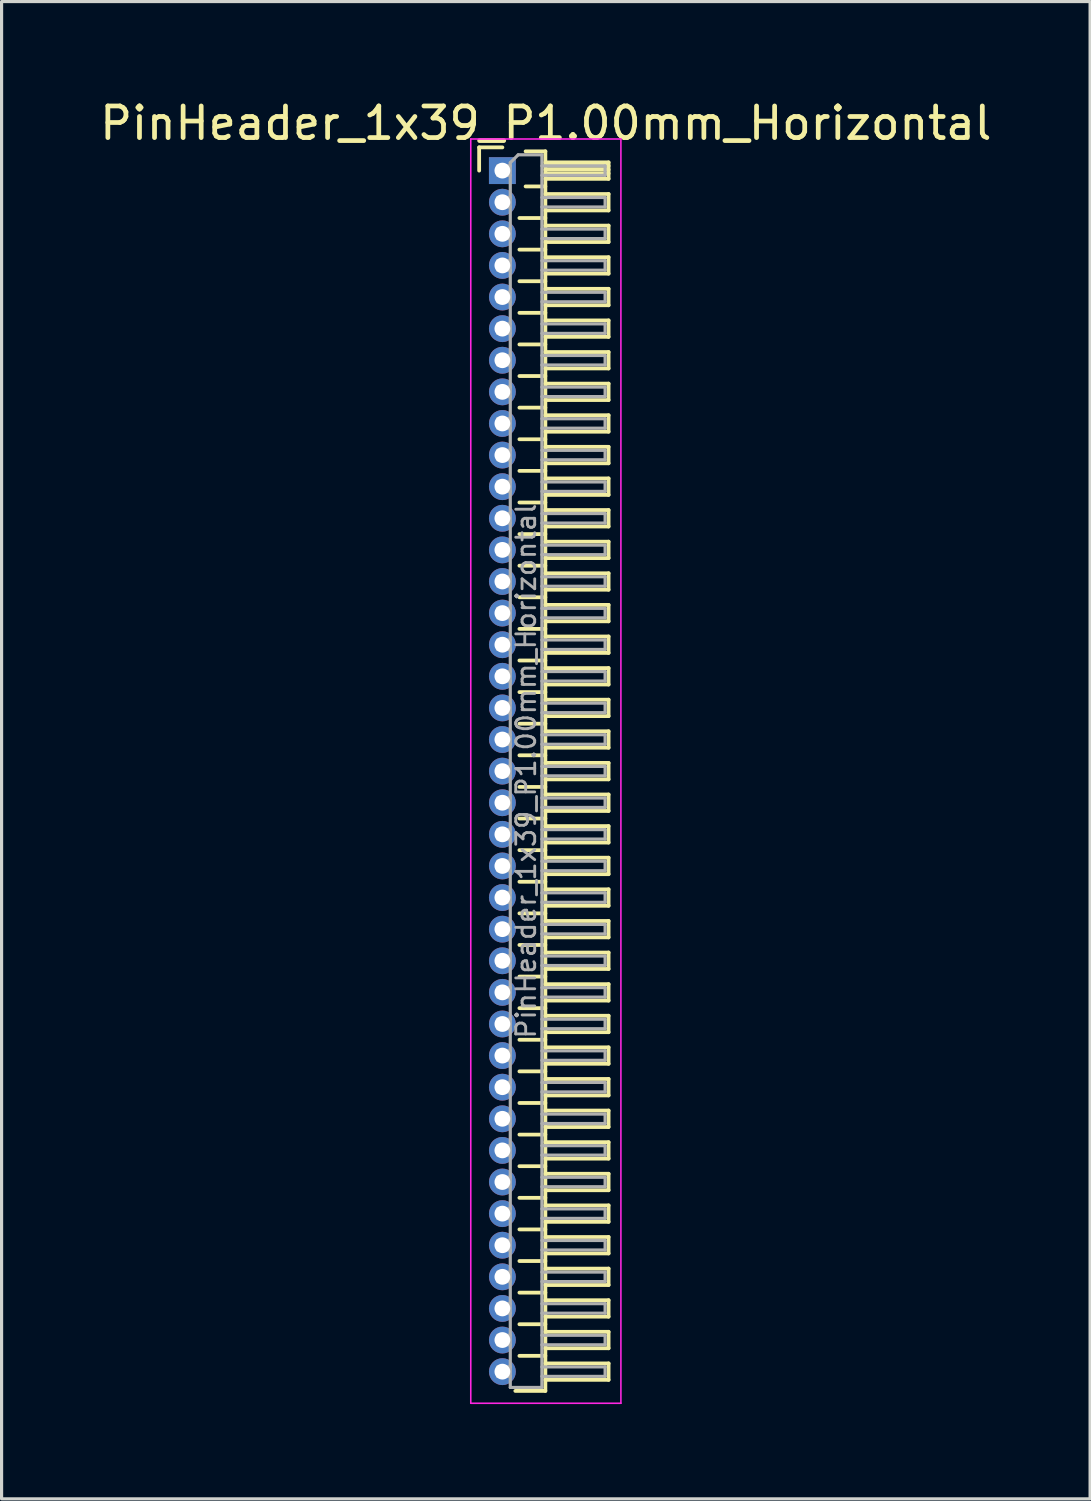
<source format=kicad_pcb>
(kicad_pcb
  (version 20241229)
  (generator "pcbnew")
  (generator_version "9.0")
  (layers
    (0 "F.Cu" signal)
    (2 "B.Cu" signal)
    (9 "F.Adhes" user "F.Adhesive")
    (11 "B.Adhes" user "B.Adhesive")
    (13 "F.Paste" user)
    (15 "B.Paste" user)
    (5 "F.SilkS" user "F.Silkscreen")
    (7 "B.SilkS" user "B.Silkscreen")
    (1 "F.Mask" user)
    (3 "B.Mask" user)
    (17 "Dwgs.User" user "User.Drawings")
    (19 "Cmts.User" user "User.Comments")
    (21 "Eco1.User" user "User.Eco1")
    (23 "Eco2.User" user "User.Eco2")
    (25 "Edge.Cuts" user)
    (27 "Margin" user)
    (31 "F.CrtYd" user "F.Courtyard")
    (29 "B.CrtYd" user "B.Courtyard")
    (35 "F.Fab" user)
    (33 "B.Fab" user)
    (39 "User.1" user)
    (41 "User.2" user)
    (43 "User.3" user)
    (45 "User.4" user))
  (footprint "PinHeader_1x39_P1.00mm_Horizontal"
    (layer "F.Cu")
    (at 12.845 2.348)
    (property "Reference" "PinHeader_1x39_P1.00mm_Horizontal" (at 1.375 -1.5 0) (layer "F.SilkS") (effects (font (size 1 1) (thickness 0.15))))
    (attr through_hole)
    (fp_line (start -0.735 -0.735) (end 0 -0.735) (stroke (width 0.12) (type solid)) (layer "F.SilkS"))
    (fp_line (start -0.735 0) (end -0.735 -0.735) (stroke (width 0.12) (type solid)) (layer "F.SilkS"))
    (fp_line (start 0.539 1.5) (end 1.36 1.5) (stroke (width 0.12) (type solid)) (layer "F.SilkS"))
    (fp_line (start 0.539 2.5) (end 1.36 2.5) (stroke (width 0.12) (type solid)) (layer "F.SilkS"))
    (fp_line (start 0.539 3.5) (end 1.36 3.5) (stroke (width 0.12) (type solid)) (layer "F.SilkS"))
    (fp_line (start 0.539 4.5) (end 1.36 4.5) (stroke (width 0.12) (type solid)) (layer "F.SilkS"))
    (fp_line (start 0.539 5.5) (end 1.36 5.5) (stroke (width 0.12) (type solid)) (layer "F.SilkS"))
    (fp_line (start 0.539 6.5) (end 1.36 6.5) (stroke (width 0.12) (type solid)) (layer "F.SilkS"))
    (fp_line (start 0.539 7.5) (end 1.36 7.5) (stroke (width 0.12) (type solid)) (layer "F.SilkS"))
    (fp_line (start 0.539 8.5) (end 1.36 8.5) (stroke (width 0.12) (type solid)) (layer "F.SilkS"))
    (fp_line (start 0.539 9.5) (end 1.36 9.5) (stroke (width 0.12) (type solid)) (layer "F.SilkS"))
    (fp_line (start 0.539 10.5) (end 1.36 10.5) (stroke (width 0.12) (type solid)) (layer "F.SilkS"))
    (fp_line (start 0.539 11.5) (end 1.36 11.5) (stroke (width 0.12) (type solid)) (layer "F.SilkS"))
    (fp_line (start 0.539 12.5) (end 1.36 12.5) (stroke (width 0.12) (type solid)) (layer "F.SilkS"))
    (fp_line (start 0.539 13.5) (end 1.36 13.5) (stroke (width 0.12) (type solid)) (layer "F.SilkS"))
    (fp_line (start 0.539 14.5) (end 1.36 14.5) (stroke (width 0.12) (type solid)) (layer "F.SilkS"))
    (fp_line (start 0.539 15.5) (end 1.36 15.5) (stroke (width 0.12) (type solid)) (layer "F.SilkS"))
    (fp_line (start 0.539 16.5) (end 1.36 16.5) (stroke (width 0.12) (type solid)) (layer "F.SilkS"))
    (fp_line (start 0.539 17.5) (end 1.36 17.5) (stroke (width 0.12) (type solid)) (layer "F.SilkS"))
    (fp_line (start 0.539 18.5) (end 1.36 18.5) (stroke (width 0.12) (type solid)) (layer "F.SilkS"))
    (fp_line (start 0.539 19.5) (end 1.36 19.5) (stroke (width 0.12) (type solid)) (layer "F.SilkS"))
    (fp_line (start 0.539 20.5) (end 1.36 20.5) (stroke (width 0.12) (type solid)) (layer "F.SilkS"))
    (fp_line (start 0.539 21.5) (end 1.36 21.5) (stroke (width 0.12) (type solid)) (layer "F.SilkS"))
    (fp_line (start 0.539 22.5) (end 1.36 22.5) (stroke (width 0.12) (type solid)) (layer "F.SilkS"))
    (fp_line (start 0.539 23.5) (end 1.36 23.5) (stroke (width 0.12) (type solid)) (layer "F.SilkS"))
    (fp_line (start 0.539 24.5) (end 1.36 24.5) (stroke (width 0.12) (type solid)) (layer "F.SilkS"))
    (fp_line (start 0.539 25.5) (end 1.36 25.5) (stroke (width 0.12) (type solid)) (layer "F.SilkS"))
    (fp_line (start 0.539 26.5) (end 1.36 26.5) (stroke (width 0.12) (type solid)) (layer "F.SilkS"))
    (fp_line (start 0.539 27.5) (end 1.36 27.5) (stroke (width 0.12) (type solid)) (layer "F.SilkS"))
    (fp_line (start 0.539 28.5) (end 1.36 28.5) (stroke (width 0.12) (type solid)) (layer "F.SilkS"))
    (fp_line (start 0.539 29.5) (end 1.36 29.5) (stroke (width 0.12) (type solid)) (layer "F.SilkS"))
    (fp_line (start 0.539 30.5) (end 1.36 30.5) (stroke (width 0.12) (type solid)) (layer "F.SilkS"))
    (fp_line (start 0.539 31.5) (end 1.36 31.5) (stroke (width 0.12) (type solid)) (layer "F.SilkS"))
    (fp_line (start 0.539 32.5) (end 1.36 32.5) (stroke (width 0.12) (type solid)) (layer "F.SilkS"))
    (fp_line (start 0.539 33.5) (end 1.36 33.5) (stroke (width 0.12) (type solid)) (layer "F.SilkS"))
    (fp_line (start 0.539 34.5) (end 1.36 34.5) (stroke (width 0.12) (type solid)) (layer "F.SilkS"))
    (fp_line (start 0.539 35.5) (end 1.36 35.5) (stroke (width 0.12) (type solid)) (layer "F.SilkS"))
    (fp_line (start 0.539 36.5) (end 1.36 36.5) (stroke (width 0.12) (type solid)) (layer "F.SilkS"))
    (fp_line (start 0.539 37.5) (end 1.36 37.5) (stroke (width 0.12) (type solid)) (layer "F.SilkS"))
    (fp_line (start 0.735 -0.61) (end 1.36 -0.61) (stroke (width 0.12) (type solid)) (layer "F.SilkS"))
    (fp_line (start 0.735 0.5) (end 1.36 0.5) (stroke (width 0.12) (type solid)) (layer "F.SilkS"))
    (fp_line (start 1.36 -0.61) (end 1.36 38.61) (stroke (width 0.12) (type solid)) (layer "F.SilkS"))
    (fp_line (start 1.36 -0.26) (end 3.36 -0.26) (stroke (width 0.12) (type solid)) (layer "F.SilkS"))
    (fp_line (start 1.36 -0.15) (end 3.36 -0.15) (stroke (width 0.12) (type solid)) (layer "F.SilkS"))
    (fp_line (start 1.36 -0.03) (end 3.36 -0.03) (stroke (width 0.12) (type solid)) (layer "F.SilkS"))
    (fp_line (start 1.36 0.09) (end 3.36 0.09) (stroke (width 0.12) (type solid)) (layer "F.SilkS"))
    (fp_line (start 1.36 0.74) (end 3.36 0.74) (stroke (width 0.12) (type solid)) (layer "F.SilkS"))
    (fp_line (start 1.36 1.74) (end 3.36 1.74) (stroke (width 0.12) (type solid)) (layer "F.SilkS"))
    (fp_line (start 1.36 2.74) (end 3.36 2.74) (stroke (width 0.12) (type solid)) (layer "F.SilkS"))
    (fp_line (start 1.36 3.74) (end 3.36 3.74) (stroke (width 0.12) (type solid)) (layer "F.SilkS"))
    (fp_line (start 1.36 4.74) (end 3.36 4.74) (stroke (width 0.12) (type solid)) (layer "F.SilkS"))
    (fp_line (start 1.36 5.74) (end 3.36 5.74) (stroke (width 0.12) (type solid)) (layer "F.SilkS"))
    (fp_line (start 1.36 6.74) (end 3.36 6.74) (stroke (width 0.12) (type solid)) (layer "F.SilkS"))
    (fp_line (start 1.36 7.74) (end 3.36 7.74) (stroke (width 0.12) (type solid)) (layer "F.SilkS"))
    (fp_line (start 1.36 8.74) (end 3.36 8.74) (stroke (width 0.12) (type solid)) (layer "F.SilkS"))
    (fp_line (start 1.36 9.74) (end 3.36 9.74) (stroke (width 0.12) (type solid)) (layer "F.SilkS"))
    (fp_line (start 1.36 10.74) (end 3.36 10.74) (stroke (width 0.12) (type solid)) (layer "F.SilkS"))
    (fp_line (start 1.36 11.74) (end 3.36 11.74) (stroke (width 0.12) (type solid)) (layer "F.SilkS"))
    (fp_line (start 1.36 12.74) (end 3.36 12.74) (stroke (width 0.12) (type solid)) (layer "F.SilkS"))
    (fp_line (start 1.36 13.74) (end 3.36 13.74) (stroke (width 0.12) (type solid)) (layer "F.SilkS"))
    (fp_line (start 1.36 14.74) (end 3.36 14.74) (stroke (width 0.12) (type solid)) (layer "F.SilkS"))
    (fp_line (start 1.36 15.74) (end 3.36 15.74) (stroke (width 0.12) (type solid)) (layer "F.SilkS"))
    (fp_line (start 1.36 16.74) (end 3.36 16.74) (stroke (width 0.12) (type solid)) (layer "F.SilkS"))
    (fp_line (start 1.36 17.74) (end 3.36 17.74) (stroke (width 0.12) (type solid)) (layer "F.SilkS"))
    (fp_line (start 1.36 18.74) (end 3.36 18.74) (stroke (width 0.12) (type solid)) (layer "F.SilkS"))
    (fp_line (start 1.36 19.74) (end 3.36 19.74) (stroke (width 0.12) (type solid)) (layer "F.SilkS"))
    (fp_line (start 1.36 20.74) (end 3.36 20.74) (stroke (width 0.12) (type solid)) (layer "F.SilkS"))
    (fp_line (start 1.36 21.74) (end 3.36 21.74) (stroke (width 0.12) (type solid)) (layer "F.SilkS"))
    (fp_line (start 1.36 22.74) (end 3.36 22.74) (stroke (width 0.12) (type solid)) (layer "F.SilkS"))
    (fp_line (start 1.36 23.74) (end 3.36 23.74) (stroke (width 0.12) (type solid)) (layer "F.SilkS"))
    (fp_line (start 1.36 24.74) (end 3.36 24.74) (stroke (width 0.12) (type solid)) (layer "F.SilkS"))
    (fp_line (start 1.36 25.74) (end 3.36 25.74) (stroke (width 0.12) (type solid)) (layer "F.SilkS"))
    (fp_line (start 1.36 26.74) (end 3.36 26.74) (stroke (width 0.12) (type solid)) (layer "F.SilkS"))
    (fp_line (start 1.36 27.74) (end 3.36 27.74) (stroke (width 0.12) (type solid)) (layer "F.SilkS"))
    (fp_line (start 1.36 28.74) (end 3.36 28.74) (stroke (width 0.12) (type solid)) (layer "F.SilkS"))
    (fp_line (start 1.36 29.74) (end 3.36 29.74) (stroke (width 0.12) (type solid)) (layer "F.SilkS"))
    (fp_line (start 1.36 30.74) (end 3.36 30.74) (stroke (width 0.12) (type solid)) (layer "F.SilkS"))
    (fp_line (start 1.36 31.74) (end 3.36 31.74) (stroke (width 0.12) (type solid)) (layer "F.SilkS"))
    (fp_line (start 1.36 32.74) (end 3.36 32.74) (stroke (width 0.12) (type solid)) (layer "F.SilkS"))
    (fp_line (start 1.36 33.74) (end 3.36 33.74) (stroke (width 0.12) (type solid)) (layer "F.SilkS"))
    (fp_line (start 1.36 34.74) (end 3.36 34.74) (stroke (width 0.12) (type solid)) (layer "F.SilkS"))
    (fp_line (start 1.36 35.74) (end 3.36 35.74) (stroke (width 0.12) (type solid)) (layer "F.SilkS"))
    (fp_line (start 1.36 36.74) (end 3.36 36.74) (stroke (width 0.12) (type solid)) (layer "F.SilkS"))
    (fp_line (start 1.36 37.74) (end 3.36 37.74) (stroke (width 0.12) (type solid)) (layer "F.SilkS"))
    (fp_line (start 1.36 38.61) (end 0.41 38.61) (stroke (width 0.12) (type solid)) (layer "F.SilkS"))
    (fp_line (start 3.36 -0.26) (end 3.36 0.26) (stroke (width 0.12) (type solid)) (layer "F.SilkS"))
    (fp_line (start 3.36 0.26) (end 1.36 0.26) (stroke (width 0.12) (type solid)) (layer "F.SilkS"))
    (fp_line (start 3.36 0.74) (end 3.36 1.26) (stroke (width 0.12) (type solid)) (layer "F.SilkS"))
    (fp_line (start 3.36 1.26) (end 1.36 1.26) (stroke (width 0.12) (type solid)) (layer "F.SilkS"))
    (fp_line (start 3.36 1.74) (end 3.36 2.26) (stroke (width 0.12) (type solid)) (layer "F.SilkS"))
    (fp_line (start 3.36 2.26) (end 1.36 2.26) (stroke (width 0.12) (type solid)) (layer "F.SilkS"))
    (fp_line (start 3.36 2.74) (end 3.36 3.26) (stroke (width 0.12) (type solid)) (layer "F.SilkS"))
    (fp_line (start 3.36 3.26) (end 1.36 3.26) (stroke (width 0.12) (type solid)) (layer "F.SilkS"))
    (fp_line (start 3.36 3.74) (end 3.36 4.26) (stroke (width 0.12) (type solid)) (layer "F.SilkS"))
    (fp_line (start 3.36 4.26) (end 1.36 4.26) (stroke (width 0.12) (type solid)) (layer "F.SilkS"))
    (fp_line (start 3.36 4.74) (end 3.36 5.26) (stroke (width 0.12) (type solid)) (layer "F.SilkS"))
    (fp_line (start 3.36 5.26) (end 1.36 5.26) (stroke (width 0.12) (type solid)) (layer "F.SilkS"))
    (fp_line (start 3.36 5.74) (end 3.36 6.26) (stroke (width 0.12) (type solid)) (layer "F.SilkS"))
    (fp_line (start 3.36 6.26) (end 1.36 6.26) (stroke (width 0.12) (type solid)) (layer "F.SilkS"))
    (fp_line (start 3.36 6.74) (end 3.36 7.26) (stroke (width 0.12) (type solid)) (layer "F.SilkS"))
    (fp_line (start 3.36 7.26) (end 1.36 7.26) (stroke (width 0.12) (type solid)) (layer "F.SilkS"))
    (fp_line (start 3.36 7.74) (end 3.36 8.26) (stroke (width 0.12) (type solid)) (layer "F.SilkS"))
    (fp_line (start 3.36 8.26) (end 1.36 8.26) (stroke (width 0.12) (type solid)) (layer "F.SilkS"))
    (fp_line (start 3.36 8.74) (end 3.36 9.26) (stroke (width 0.12) (type solid)) (layer "F.SilkS"))
    (fp_line (start 3.36 9.26) (end 1.36 9.26) (stroke (width 0.12) (type solid)) (layer "F.SilkS"))
    (fp_line (start 3.36 9.74) (end 3.36 10.26) (stroke (width 0.12) (type solid)) (layer "F.SilkS"))
    (fp_line (start 3.36 10.26) (end 1.36 10.26) (stroke (width 0.12) (type solid)) (layer "F.SilkS"))
    (fp_line (start 3.36 10.74) (end 3.36 11.26) (stroke (width 0.12) (type solid)) (layer "F.SilkS"))
    (fp_line (start 3.36 11.26) (end 1.36 11.26) (stroke (width 0.12) (type solid)) (layer "F.SilkS"))
    (fp_line (start 3.36 11.74) (end 3.36 12.26) (stroke (width 0.12) (type solid)) (layer "F.SilkS"))
    (fp_line (start 3.36 12.26) (end 1.36 12.26) (stroke (width 0.12) (type solid)) (layer "F.SilkS"))
    (fp_line (start 3.36 12.74) (end 3.36 13.26) (stroke (width 0.12) (type solid)) (layer "F.SilkS"))
    (fp_line (start 3.36 13.26) (end 1.36 13.26) (stroke (width 0.12) (type solid)) (layer "F.SilkS"))
    (fp_line (start 3.36 13.74) (end 3.36 14.26) (stroke (width 0.12) (type solid)) (layer "F.SilkS"))
    (fp_line (start 3.36 14.26) (end 1.36 14.26) (stroke (width 0.12) (type solid)) (layer "F.SilkS"))
    (fp_line (start 3.36 14.74) (end 3.36 15.26) (stroke (width 0.12) (type solid)) (layer "F.SilkS"))
    (fp_line (start 3.36 15.26) (end 1.36 15.26) (stroke (width 0.12) (type solid)) (layer "F.SilkS"))
    (fp_line (start 3.36 15.74) (end 3.36 16.26) (stroke (width 0.12) (type solid)) (layer "F.SilkS"))
    (fp_line (start 3.36 16.26) (end 1.36 16.26) (stroke (width 0.12) (type solid)) (layer "F.SilkS"))
    (fp_line (start 3.36 16.74) (end 3.36 17.26) (stroke (width 0.12) (type solid)) (layer "F.SilkS"))
    (fp_line (start 3.36 17.26) (end 1.36 17.26) (stroke (width 0.12) (type solid)) (layer "F.SilkS"))
    (fp_line (start 3.36 17.74) (end 3.36 18.26) (stroke (width 0.12) (type solid)) (layer "F.SilkS"))
    (fp_line (start 3.36 18.26) (end 1.36 18.26) (stroke (width 0.12) (type solid)) (layer "F.SilkS"))
    (fp_line (start 3.36 18.74) (end 3.36 19.26) (stroke (width 0.12) (type solid)) (layer "F.SilkS"))
    (fp_line (start 3.36 19.26) (end 1.36 19.26) (stroke (width 0.12) (type solid)) (layer "F.SilkS"))
    (fp_line (start 3.36 19.74) (end 3.36 20.26) (stroke (width 0.12) (type solid)) (layer "F.SilkS"))
    (fp_line (start 3.36 20.26) (end 1.36 20.26) (stroke (width 0.12) (type solid)) (layer "F.SilkS"))
    (fp_line (start 3.36 20.74) (end 3.36 21.26) (stroke (width 0.12) (type solid)) (layer "F.SilkS"))
    (fp_line (start 3.36 21.26) (end 1.36 21.26) (stroke (width 0.12) (type solid)) (layer "F.SilkS"))
    (fp_line (start 3.36 21.74) (end 3.36 22.26) (stroke (width 0.12) (type solid)) (layer "F.SilkS"))
    (fp_line (start 3.36 22.26) (end 1.36 22.26) (stroke (width 0.12) (type solid)) (layer "F.SilkS"))
    (fp_line (start 3.36 22.74) (end 3.36 23.26) (stroke (width 0.12) (type solid)) (layer "F.SilkS"))
    (fp_line (start 3.36 23.26) (end 1.36 23.26) (stroke (width 0.12) (type solid)) (layer "F.SilkS"))
    (fp_line (start 3.36 23.74) (end 3.36 24.26) (stroke (width 0.12) (type solid)) (layer "F.SilkS"))
    (fp_line (start 3.36 24.26) (end 1.36 24.26) (stroke (width 0.12) (type solid)) (layer "F.SilkS"))
    (fp_line (start 3.36 24.74) (end 3.36 25.26) (stroke (width 0.12) (type solid)) (layer "F.SilkS"))
    (fp_line (start 3.36 25.26) (end 1.36 25.26) (stroke (width 0.12) (type solid)) (layer "F.SilkS"))
    (fp_line (start 3.36 25.74) (end 3.36 26.26) (stroke (width 0.12) (type solid)) (layer "F.SilkS"))
    (fp_line (start 3.36 26.26) (end 1.36 26.26) (stroke (width 0.12) (type solid)) (layer "F.SilkS"))
    (fp_line (start 3.36 26.74) (end 3.36 27.26) (stroke (width 0.12) (type solid)) (layer "F.SilkS"))
    (fp_line (start 3.36 27.26) (end 1.36 27.26) (stroke (width 0.12) (type solid)) (layer "F.SilkS"))
    (fp_line (start 3.36 27.74) (end 3.36 28.26) (stroke (width 0.12) (type solid)) (layer "F.SilkS"))
    (fp_line (start 3.36 28.26) (end 1.36 28.26) (stroke (width 0.12) (type solid)) (layer "F.SilkS"))
    (fp_line (start 3.36 28.74) (end 3.36 29.26) (stroke (width 0.12) (type solid)) (layer "F.SilkS"))
    (fp_line (start 3.36 29.26) (end 1.36 29.26) (stroke (width 0.12) (type solid)) (layer "F.SilkS"))
    (fp_line (start 3.36 29.74) (end 3.36 30.26) (stroke (width 0.12) (type solid)) (layer "F.SilkS"))
    (fp_line (start 3.36 30.26) (end 1.36 30.26) (stroke (width 0.12) (type solid)) (layer "F.SilkS"))
    (fp_line (start 3.36 30.74) (end 3.36 31.26) (stroke (width 0.12) (type solid)) (layer "F.SilkS"))
    (fp_line (start 3.36 31.26) (end 1.36 31.26) (stroke (width 0.12) (type solid)) (layer "F.SilkS"))
    (fp_line (start 3.36 31.74) (end 3.36 32.26) (stroke (width 0.12) (type solid)) (layer "F.SilkS"))
    (fp_line (start 3.36 32.26) (end 1.36 32.26) (stroke (width 0.12) (type solid)) (layer "F.SilkS"))
    (fp_line (start 3.36 32.74) (end 3.36 33.26) (stroke (width 0.12) (type solid)) (layer "F.SilkS"))
    (fp_line (start 3.36 33.26) (end 1.36 33.26) (stroke (width 0.12) (type solid)) (layer "F.SilkS"))
    (fp_line (start 3.36 33.74) (end 3.36 34.26) (stroke (width 0.12) (type solid)) (layer "F.SilkS"))
    (fp_line (start 3.36 34.26) (end 1.36 34.26) (stroke (width 0.12) (type solid)) (layer "F.SilkS"))
    (fp_line (start 3.36 34.74) (end 3.36 35.26) (stroke (width 0.12) (type solid)) (layer "F.SilkS"))
    (fp_line (start 3.36 35.26) (end 1.36 35.26) (stroke (width 0.12) (type solid)) (layer "F.SilkS"))
    (fp_line (start 3.36 35.74) (end 3.36 36.26) (stroke (width 0.12) (type solid)) (layer "F.SilkS"))
    (fp_line (start 3.36 36.26) (end 1.36 36.26) (stroke (width 0.12) (type solid)) (layer "F.SilkS"))
    (fp_line (start 3.36 36.74) (end 3.36 37.26) (stroke (width 0.12) (type solid)) (layer "F.SilkS"))
    (fp_line (start 3.36 37.26) (end 1.36 37.26) (stroke (width 0.12) (type solid)) (layer "F.SilkS"))
    (fp_line (start 3.36 37.74) (end 3.36 38.26) (stroke (width 0.12) (type solid)) (layer "F.SilkS"))
    (fp_line (start 3.36 38.26) (end 1.36 38.26) (stroke (width 0.12) (type solid)) (layer "F.SilkS"))
    (fp_line (start -1 -1) (end -1 39) (stroke (width 0.05) (type solid)) (layer "F.CrtYd"))
    (fp_line (start -1 39) (end 3.75 39) (stroke (width 0.05) (type solid)) (layer "F.CrtYd"))
    (fp_line (start 3.75 -1) (end -1 -1) (stroke (width 0.05) (type solid)) (layer "F.CrtYd"))
    (fp_line (start 3.75 39) (end 3.75 -1) (stroke (width 0.05) (type solid)) (layer "F.CrtYd"))
    (fp_line (start -0.15 -0.15) (end -0.15 0.15) (stroke (width 0.1) (type solid)) (layer "F.Fab"))
    (fp_line (start -0.15 -0.15) (end 0.25 -0.15) (stroke (width 0.1) (type solid)) (layer "F.Fab"))
    (fp_line (start -0.15 0.15) (end 0.25 0.15) (stroke (width 0.1) (type solid)) (layer "F.Fab"))
    (fp_line (start -0.15 0.85) (end -0.15 1.15) (stroke (width 0.1) (type solid)) (layer "F.Fab"))
    (fp_line (start -0.15 0.85) (end 0.25 0.85) (stroke (width 0.1) (type solid)) (layer "F.Fab"))
    (fp_line (start -0.15 1.15) (end 0.25 1.15) (stroke (width 0.1) (type solid)) (layer "F.Fab"))
    (fp_line (start -0.15 1.85) (end -0.15 2.15) (stroke (width 0.1) (type solid)) (layer "F.Fab"))
    (fp_line (start -0.15 1.85) (end 0.25 1.85) (stroke (width 0.1) (type solid)) (layer "F.Fab"))
    (fp_line (start -0.15 2.15) (end 0.25 2.15) (stroke (width 0.1) (type solid)) (layer "F.Fab"))
    (fp_line (start -0.15 2.85) (end -0.15 3.15) (stroke (width 0.1) (type solid)) (layer "F.Fab"))
    (fp_line (start -0.15 2.85) (end 0.25 2.85) (stroke (width 0.1) (type solid)) (layer "F.Fab"))
    (fp_line (start -0.15 3.15) (end 0.25 3.15) (stroke (width 0.1) (type solid)) (layer "F.Fab"))
    (fp_line (start -0.15 3.85) (end -0.15 4.15) (stroke (width 0.1) (type solid)) (layer "F.Fab"))
    (fp_line (start -0.15 3.85) (end 0.25 3.85) (stroke (width 0.1) (type solid)) (layer "F.Fab"))
    (fp_line (start -0.15 4.15) (end 0.25 4.15) (stroke (width 0.1) (type solid)) (layer "F.Fab"))
    (fp_line (start -0.15 4.85) (end -0.15 5.15) (stroke (width 0.1) (type solid)) (layer "F.Fab"))
    (fp_line (start -0.15 4.85) (end 0.25 4.85) (stroke (width 0.1) (type solid)) (layer "F.Fab"))
    (fp_line (start -0.15 5.15) (end 0.25 5.15) (stroke (width 0.1) (type solid)) (layer "F.Fab"))
    (fp_line (start -0.15 5.85) (end -0.15 6.15) (stroke (width 0.1) (type solid)) (layer "F.Fab"))
    (fp_line (start -0.15 5.85) (end 0.25 5.85) (stroke (width 0.1) (type solid)) (layer "F.Fab"))
    (fp_line (start -0.15 6.15) (end 0.25 6.15) (stroke (width 0.1) (type solid)) (layer "F.Fab"))
    (fp_line (start -0.15 6.85) (end -0.15 7.15) (stroke (width 0.1) (type solid)) (layer "F.Fab"))
    (fp_line (start -0.15 6.85) (end 0.25 6.85) (stroke (width 0.1) (type solid)) (layer "F.Fab"))
    (fp_line (start -0.15 7.15) (end 0.25 7.15) (stroke (width 0.1) (type solid)) (layer "F.Fab"))
    (fp_line (start -0.15 7.85) (end -0.15 8.15) (stroke (width 0.1) (type solid)) (layer "F.Fab"))
    (fp_line (start -0.15 7.85) (end 0.25 7.85) (stroke (width 0.1) (type solid)) (layer "F.Fab"))
    (fp_line (start -0.15 8.15) (end 0.25 8.15) (stroke (width 0.1) (type solid)) (layer "F.Fab"))
    (fp_line (start -0.15 8.85) (end -0.15 9.15) (stroke (width 0.1) (type solid)) (layer "F.Fab"))
    (fp_line (start -0.15 8.85) (end 0.25 8.85) (stroke (width 0.1) (type solid)) (layer "F.Fab"))
    (fp_line (start -0.15 9.15) (end 0.25 9.15) (stroke (width 0.1) (type solid)) (layer "F.Fab"))
    (fp_line (start -0.15 9.85) (end -0.15 10.15) (stroke (width 0.1) (type solid)) (layer "F.Fab"))
    (fp_line (start -0.15 9.85) (end 0.25 9.85) (stroke (width 0.1) (type solid)) (layer "F.Fab"))
    (fp_line (start -0.15 10.15) (end 0.25 10.15) (stroke (width 0.1) (type solid)) (layer "F.Fab"))
    (fp_line (start -0.15 10.85) (end -0.15 11.15) (stroke (width 0.1) (type solid)) (layer "F.Fab"))
    (fp_line (start -0.15 10.85) (end 0.25 10.85) (stroke (width 0.1) (type solid)) (layer "F.Fab"))
    (fp_line (start -0.15 11.15) (end 0.25 11.15) (stroke (width 0.1) (type solid)) (layer "F.Fab"))
    (fp_line (start -0.15 11.85) (end -0.15 12.15) (stroke (width 0.1) (type solid)) (layer "F.Fab"))
    (fp_line (start -0.15 11.85) (end 0.25 11.85) (stroke (width 0.1) (type solid)) (layer "F.Fab"))
    (fp_line (start -0.15 12.15) (end 0.25 12.15) (stroke (width 0.1) (type solid)) (layer "F.Fab"))
    (fp_line (start -0.15 12.85) (end -0.15 13.15) (stroke (width 0.1) (type solid)) (layer "F.Fab"))
    (fp_line (start -0.15 12.85) (end 0.25 12.85) (stroke (width 0.1) (type solid)) (layer "F.Fab"))
    (fp_line (start -0.15 13.15) (end 0.25 13.15) (stroke (width 0.1) (type solid)) (layer "F.Fab"))
    (fp_line (start -0.15 13.85) (end -0.15 14.15) (stroke (width 0.1) (type solid)) (layer "F.Fab"))
    (fp_line (start -0.15 13.85) (end 0.25 13.85) (stroke (width 0.1) (type solid)) (layer "F.Fab"))
    (fp_line (start -0.15 14.15) (end 0.25 14.15) (stroke (width 0.1) (type solid)) (layer "F.Fab"))
    (fp_line (start -0.15 14.85) (end -0.15 15.15) (stroke (width 0.1) (type solid)) (layer "F.Fab"))
    (fp_line (start -0.15 14.85) (end 0.25 14.85) (stroke (width 0.1) (type solid)) (layer "F.Fab"))
    (fp_line (start -0.15 15.15) (end 0.25 15.15) (stroke (width 0.1) (type solid)) (layer "F.Fab"))
    (fp_line (start -0.15 15.85) (end -0.15 16.15) (stroke (width 0.1) (type solid)) (layer "F.Fab"))
    (fp_line (start -0.15 15.85) (end 0.25 15.85) (stroke (width 0.1) (type solid)) (layer "F.Fab"))
    (fp_line (start -0.15 16.15) (end 0.25 16.15) (stroke (width 0.1) (type solid)) (layer "F.Fab"))
    (fp_line (start -0.15 16.85) (end -0.15 17.15) (stroke (width 0.1) (type solid)) (layer "F.Fab"))
    (fp_line (start -0.15 16.85) (end 0.25 16.85) (stroke (width 0.1) (type solid)) (layer "F.Fab"))
    (fp_line (start -0.15 17.15) (end 0.25 17.15) (stroke (width 0.1) (type solid)) (layer "F.Fab"))
    (fp_line (start -0.15 17.85) (end -0.15 18.15) (stroke (width 0.1) (type solid)) (layer "F.Fab"))
    (fp_line (start -0.15 17.85) (end 0.25 17.85) (stroke (width 0.1) (type solid)) (layer "F.Fab"))
    (fp_line (start -0.15 18.15) (end 0.25 18.15) (stroke (width 0.1) (type solid)) (layer "F.Fab"))
    (fp_line (start -0.15 18.85) (end -0.15 19.15) (stroke (width 0.1) (type solid)) (layer "F.Fab"))
    (fp_line (start -0.15 18.85) (end 0.25 18.85) (stroke (width 0.1) (type solid)) (layer "F.Fab"))
    (fp_line (start -0.15 19.15) (end 0.25 19.15) (stroke (width 0.1) (type solid)) (layer "F.Fab"))
    (fp_line (start -0.15 19.85) (end -0.15 20.15) (stroke (width 0.1) (type solid)) (layer "F.Fab"))
    (fp_line (start -0.15 19.85) (end 0.25 19.85) (stroke (width 0.1) (type solid)) (layer "F.Fab"))
    (fp_line (start -0.15 20.15) (end 0.25 20.15) (stroke (width 0.1) (type solid)) (layer "F.Fab"))
    (fp_line (start -0.15 20.85) (end -0.15 21.15) (stroke (width 0.1) (type solid)) (layer "F.Fab"))
    (fp_line (start -0.15 20.85) (end 0.25 20.85) (stroke (width 0.1) (type solid)) (layer "F.Fab"))
    (fp_line (start -0.15 21.15) (end 0.25 21.15) (stroke (width 0.1) (type solid)) (layer "F.Fab"))
    (fp_line (start -0.15 21.85) (end -0.15 22.15) (stroke (width 0.1) (type solid)) (layer "F.Fab"))
    (fp_line (start -0.15 21.85) (end 0.25 21.85) (stroke (width 0.1) (type solid)) (layer "F.Fab"))
    (fp_line (start -0.15 22.15) (end 0.25 22.15) (stroke (width 0.1) (type solid)) (layer "F.Fab"))
    (fp_line (start -0.15 22.85) (end -0.15 23.15) (stroke (width 0.1) (type solid)) (layer "F.Fab"))
    (fp_line (start -0.15 22.85) (end 0.25 22.85) (stroke (width 0.1) (type solid)) (layer "F.Fab"))
    (fp_line (start -0.15 23.15) (end 0.25 23.15) (stroke (width 0.1) (type solid)) (layer "F.Fab"))
    (fp_line (start -0.15 23.85) (end -0.15 24.15) (stroke (width 0.1) (type solid)) (layer "F.Fab"))
    (fp_line (start -0.15 23.85) (end 0.25 23.85) (stroke (width 0.1) (type solid)) (layer "F.Fab"))
    (fp_line (start -0.15 24.15) (end 0.25 24.15) (stroke (width 0.1) (type solid)) (layer "F.Fab"))
    (fp_line (start -0.15 24.85) (end -0.15 25.15) (stroke (width 0.1) (type solid)) (layer "F.Fab"))
    (fp_line (start -0.15 24.85) (end 0.25 24.85) (stroke (width 0.1) (type solid)) (layer "F.Fab"))
    (fp_line (start -0.15 25.15) (end 0.25 25.15) (stroke (width 0.1) (type solid)) (layer "F.Fab"))
    (fp_line (start -0.15 25.85) (end -0.15 26.15) (stroke (width 0.1) (type solid)) (layer "F.Fab"))
    (fp_line (start -0.15 25.85) (end 0.25 25.85) (stroke (width 0.1) (type solid)) (layer "F.Fab"))
    (fp_line (start -0.15 26.15) (end 0.25 26.15) (stroke (width 0.1) (type solid)) (layer "F.Fab"))
    (fp_line (start -0.15 26.85) (end -0.15 27.15) (stroke (width 0.1) (type solid)) (layer "F.Fab"))
    (fp_line (start -0.15 26.85) (end 0.25 26.85) (stroke (width 0.1) (type solid)) (layer "F.Fab"))
    (fp_line (start -0.15 27.15) (end 0.25 27.15) (stroke (width 0.1) (type solid)) (layer "F.Fab"))
    (fp_line (start -0.15 27.85) (end -0.15 28.15) (stroke (width 0.1) (type solid)) (layer "F.Fab"))
    (fp_line (start -0.15 27.85) (end 0.25 27.85) (stroke (width 0.1) (type solid)) (layer "F.Fab"))
    (fp_line (start -0.15 28.15) (end 0.25 28.15) (stroke (width 0.1) (type solid)) (layer "F.Fab"))
    (fp_line (start -0.15 28.85) (end -0.15 29.15) (stroke (width 0.1) (type solid)) (layer "F.Fab"))
    (fp_line (start -0.15 28.85) (end 0.25 28.85) (stroke (width 0.1) (type solid)) (layer "F.Fab"))
    (fp_line (start -0.15 29.15) (end 0.25 29.15) (stroke (width 0.1) (type solid)) (layer "F.Fab"))
    (fp_line (start -0.15 29.85) (end -0.15 30.15) (stroke (width 0.1) (type solid)) (layer "F.Fab"))
    (fp_line (start -0.15 29.85) (end 0.25 29.85) (stroke (width 0.1) (type solid)) (layer "F.Fab"))
    (fp_line (start -0.15 30.15) (end 0.25 30.15) (stroke (width 0.1) (type solid)) (layer "F.Fab"))
    (fp_line (start -0.15 30.85) (end -0.15 31.15) (stroke (width 0.1) (type solid)) (layer "F.Fab"))
    (fp_line (start -0.15 30.85) (end 0.25 30.85) (stroke (width 0.1) (type solid)) (layer "F.Fab"))
    (fp_line (start -0.15 31.15) (end 0.25 31.15) (stroke (width 0.1) (type solid)) (layer "F.Fab"))
    (fp_line (start -0.15 31.85) (end -0.15 32.15) (stroke (width 0.1) (type solid)) (layer "F.Fab"))
    (fp_line (start -0.15 31.85) (end 0.25 31.85) (stroke (width 0.1) (type solid)) (layer "F.Fab"))
    (fp_line (start -0.15 32.15) (end 0.25 32.15) (stroke (width 0.1) (type solid)) (layer "F.Fab"))
    (fp_line (start -0.15 32.85) (end -0.15 33.15) (stroke (width 0.1) (type solid)) (layer "F.Fab"))
    (fp_line (start -0.15 32.85) (end 0.25 32.85) (stroke (width 0.1) (type solid)) (layer "F.Fab"))
    (fp_line (start -0.15 33.15) (end 0.25 33.15) (stroke (width 0.1) (type solid)) (layer "F.Fab"))
    (fp_line (start -0.15 33.85) (end -0.15 34.15) (stroke (width 0.1) (type solid)) (layer "F.Fab"))
    (fp_line (start -0.15 33.85) (end 0.25 33.85) (stroke (width 0.1) (type solid)) (layer "F.Fab"))
    (fp_line (start -0.15 34.15) (end 0.25 34.15) (stroke (width 0.1) (type solid)) (layer "F.Fab"))
    (fp_line (start -0.15 34.85) (end -0.15 35.15) (stroke (width 0.1) (type solid)) (layer "F.Fab"))
    (fp_line (start -0.15 34.85) (end 0.25 34.85) (stroke (width 0.1) (type solid)) (layer "F.Fab"))
    (fp_line (start -0.15 35.15) (end 0.25 35.15) (stroke (width 0.1) (type solid)) (layer "F.Fab"))
    (fp_line (start -0.15 35.85) (end -0.15 36.15) (stroke (width 0.1) (type solid)) (layer "F.Fab"))
    (fp_line (start -0.15 35.85) (end 0.25 35.85) (stroke (width 0.1) (type solid)) (layer "F.Fab"))
    (fp_line (start -0.15 36.15) (end 0.25 36.15) (stroke (width 0.1) (type solid)) (layer "F.Fab"))
    (fp_line (start -0.15 36.85) (end -0.15 37.15) (stroke (width 0.1) (type solid)) (layer "F.Fab"))
    (fp_line (start -0.15 36.85) (end 0.25 36.85) (stroke (width 0.1) (type solid)) (layer "F.Fab"))
    (fp_line (start -0.15 37.15) (end 0.25 37.15) (stroke (width 0.1) (type solid)) (layer "F.Fab"))
    (fp_line (start -0.15 37.85) (end -0.15 38.15) (stroke (width 0.1) (type solid)) (layer "F.Fab"))
    (fp_line (start -0.15 37.85) (end 0.25 37.85) (stroke (width 0.1) (type solid)) (layer "F.Fab"))
    (fp_line (start -0.15 38.15) (end 0.25 38.15) (stroke (width 0.1) (type solid)) (layer "F.Fab"))
    (fp_line (start 0.25 -0.25) (end 0.5 -0.5) (stroke (width 0.1) (type solid)) (layer "F.Fab"))
    (fp_line (start 0.25 38.5) (end 0.25 -0.25) (stroke (width 0.1) (type solid)) (layer "F.Fab"))
    (fp_line (start 0.5 -0.5) (end 1.25 -0.5) (stroke (width 0.1) (type solid)) (layer "F.Fab"))
    (fp_line (start 1.25 -0.5) (end 1.25 38.5) (stroke (width 0.1) (type solid)) (layer "F.Fab"))
    (fp_line (start 1.25 -0.15) (end 3.25 -0.15) (stroke (width 0.1) (type solid)) (layer "F.Fab"))
    (fp_line (start 1.25 0.15) (end 3.25 0.15) (stroke (width 0.1) (type solid)) (layer "F.Fab"))
    (fp_line (start 1.25 0.85) (end 3.25 0.85) (stroke (width 0.1) (type solid)) (layer "F.Fab"))
    (fp_line (start 1.25 1.15) (end 3.25 1.15) (stroke (width 0.1) (type solid)) (layer "F.Fab"))
    (fp_line (start 1.25 1.85) (end 3.25 1.85) (stroke (width 0.1) (type solid)) (layer "F.Fab"))
    (fp_line (start 1.25 2.15) (end 3.25 2.15) (stroke (width 0.1) (type solid)) (layer "F.Fab"))
    (fp_line (start 1.25 2.85) (end 3.25 2.85) (stroke (width 0.1) (type solid)) (layer "F.Fab"))
    (fp_line (start 1.25 3.15) (end 3.25 3.15) (stroke (width 0.1) (type solid)) (layer "F.Fab"))
    (fp_line (start 1.25 3.85) (end 3.25 3.85) (stroke (width 0.1) (type solid)) (layer "F.Fab"))
    (fp_line (start 1.25 4.15) (end 3.25 4.15) (stroke (width 0.1) (type solid)) (layer "F.Fab"))
    (fp_line (start 1.25 4.85) (end 3.25 4.85) (stroke (width 0.1) (type solid)) (layer "F.Fab"))
    (fp_line (start 1.25 5.15) (end 3.25 5.15) (stroke (width 0.1) (type solid)) (layer "F.Fab"))
    (fp_line (start 1.25 5.85) (end 3.25 5.85) (stroke (width 0.1) (type solid)) (layer "F.Fab"))
    (fp_line (start 1.25 6.15) (end 3.25 6.15) (stroke (width 0.1) (type solid)) (layer "F.Fab"))
    (fp_line (start 1.25 6.85) (end 3.25 6.85) (stroke (width 0.1) (type solid)) (layer "F.Fab"))
    (fp_line (start 1.25 7.15) (end 3.25 7.15) (stroke (width 0.1) (type solid)) (layer "F.Fab"))
    (fp_line (start 1.25 7.85) (end 3.25 7.85) (stroke (width 0.1) (type solid)) (layer "F.Fab"))
    (fp_line (start 1.25 8.15) (end 3.25 8.15) (stroke (width 0.1) (type solid)) (layer "F.Fab"))
    (fp_line (start 1.25 8.85) (end 3.25 8.85) (stroke (width 0.1) (type solid)) (layer "F.Fab"))
    (fp_line (start 1.25 9.15) (end 3.25 9.15) (stroke (width 0.1) (type solid)) (layer "F.Fab"))
    (fp_line (start 1.25 9.85) (end 3.25 9.85) (stroke (width 0.1) (type solid)) (layer "F.Fab"))
    (fp_line (start 1.25 10.15) (end 3.25 10.15) (stroke (width 0.1) (type solid)) (layer "F.Fab"))
    (fp_line (start 1.25 10.85) (end 3.25 10.85) (stroke (width 0.1) (type solid)) (layer "F.Fab"))
    (fp_line (start 1.25 11.15) (end 3.25 11.15) (stroke (width 0.1) (type solid)) (layer "F.Fab"))
    (fp_line (start 1.25 11.85) (end 3.25 11.85) (stroke (width 0.1) (type solid)) (layer "F.Fab"))
    (fp_line (start 1.25 12.15) (end 3.25 12.15) (stroke (width 0.1) (type solid)) (layer "F.Fab"))
    (fp_line (start 1.25 12.85) (end 3.25 12.85) (stroke (width 0.1) (type solid)) (layer "F.Fab"))
    (fp_line (start 1.25 13.15) (end 3.25 13.15) (stroke (width 0.1) (type solid)) (layer "F.Fab"))
    (fp_line (start 1.25 13.85) (end 3.25 13.85) (stroke (width 0.1) (type solid)) (layer "F.Fab"))
    (fp_line (start 1.25 14.15) (end 3.25 14.15) (stroke (width 0.1) (type solid)) (layer "F.Fab"))
    (fp_line (start 1.25 14.85) (end 3.25 14.85) (stroke (width 0.1) (type solid)) (layer "F.Fab"))
    (fp_line (start 1.25 15.15) (end 3.25 15.15) (stroke (width 0.1) (type solid)) (layer "F.Fab"))
    (fp_line (start 1.25 15.85) (end 3.25 15.85) (stroke (width 0.1) (type solid)) (layer "F.Fab"))
    (fp_line (start 1.25 16.15) (end 3.25 16.15) (stroke (width 0.1) (type solid)) (layer "F.Fab"))
    (fp_line (start 1.25 16.85) (end 3.25 16.85) (stroke (width 0.1) (type solid)) (layer "F.Fab"))
    (fp_line (start 1.25 17.15) (end 3.25 17.15) (stroke (width 0.1) (type solid)) (layer "F.Fab"))
    (fp_line (start 1.25 17.85) (end 3.25 17.85) (stroke (width 0.1) (type solid)) (layer "F.Fab"))
    (fp_line (start 1.25 18.15) (end 3.25 18.15) (stroke (width 0.1) (type solid)) (layer "F.Fab"))
    (fp_line (start 1.25 18.85) (end 3.25 18.85) (stroke (width 0.1) (type solid)) (layer "F.Fab"))
    (fp_line (start 1.25 19.15) (end 3.25 19.15) (stroke (width 0.1) (type solid)) (layer "F.Fab"))
    (fp_line (start 1.25 19.85) (end 3.25 19.85) (stroke (width 0.1) (type solid)) (layer "F.Fab"))
    (fp_line (start 1.25 20.15) (end 3.25 20.15) (stroke (width 0.1) (type solid)) (layer "F.Fab"))
    (fp_line (start 1.25 20.85) (end 3.25 20.85) (stroke (width 0.1) (type solid)) (layer "F.Fab"))
    (fp_line (start 1.25 21.15) (end 3.25 21.15) (stroke (width 0.1) (type solid)) (layer "F.Fab"))
    (fp_line (start 1.25 21.85) (end 3.25 21.85) (stroke (width 0.1) (type solid)) (layer "F.Fab"))
    (fp_line (start 1.25 22.15) (end 3.25 22.15) (stroke (width 0.1) (type solid)) (layer "F.Fab"))
    (fp_line (start 1.25 22.85) (end 3.25 22.85) (stroke (width 0.1) (type solid)) (layer "F.Fab"))
    (fp_line (start 1.25 23.15) (end 3.25 23.15) (stroke (width 0.1) (type solid)) (layer "F.Fab"))
    (fp_line (start 1.25 23.85) (end 3.25 23.85) (stroke (width 0.1) (type solid)) (layer "F.Fab"))
    (fp_line (start 1.25 24.15) (end 3.25 24.15) (stroke (width 0.1) (type solid)) (layer "F.Fab"))
    (fp_line (start 1.25 24.85) (end 3.25 24.85) (stroke (width 0.1) (type solid)) (layer "F.Fab"))
    (fp_line (start 1.25 25.15) (end 3.25 25.15) (stroke (width 0.1) (type solid)) (layer "F.Fab"))
    (fp_line (start 1.25 25.85) (end 3.25 25.85) (stroke (width 0.1) (type solid)) (layer "F.Fab"))
    (fp_line (start 1.25 26.15) (end 3.25 26.15) (stroke (width 0.1) (type solid)) (layer "F.Fab"))
    (fp_line (start 1.25 26.85) (end 3.25 26.85) (stroke (width 0.1) (type solid)) (layer "F.Fab"))
    (fp_line (start 1.25 27.15) (end 3.25 27.15) (stroke (width 0.1) (type solid)) (layer "F.Fab"))
    (fp_line (start 1.25 27.85) (end 3.25 27.85) (stroke (width 0.1) (type solid)) (layer "F.Fab"))
    (fp_line (start 1.25 28.15) (end 3.25 28.15) (stroke (width 0.1) (type solid)) (layer "F.Fab"))
    (fp_line (start 1.25 28.85) (end 3.25 28.85) (stroke (width 0.1) (type solid)) (layer "F.Fab"))
    (fp_line (start 1.25 29.15) (end 3.25 29.15) (stroke (width 0.1) (type solid)) (layer "F.Fab"))
    (fp_line (start 1.25 29.85) (end 3.25 29.85) (stroke (width 0.1) (type solid)) (layer "F.Fab"))
    (fp_line (start 1.25 30.15) (end 3.25 30.15) (stroke (width 0.1) (type solid)) (layer "F.Fab"))
    (fp_line (start 1.25 30.85) (end 3.25 30.85) (stroke (width 0.1) (type solid)) (layer "F.Fab"))
    (fp_line (start 1.25 31.15) (end 3.25 31.15) (stroke (width 0.1) (type solid)) (layer "F.Fab"))
    (fp_line (start 1.25 31.85) (end 3.25 31.85) (stroke (width 0.1) (type solid)) (layer "F.Fab"))
    (fp_line (start 1.25 32.15) (end 3.25 32.15) (stroke (width 0.1) (type solid)) (layer "F.Fab"))
    (fp_line (start 1.25 32.85) (end 3.25 32.85) (stroke (width 0.1) (type solid)) (layer "F.Fab"))
    (fp_line (start 1.25 33.15) (end 3.25 33.15) (stroke (width 0.1) (type solid)) (layer "F.Fab"))
    (fp_line (start 1.25 33.85) (end 3.25 33.85) (stroke (width 0.1) (type solid)) (layer "F.Fab"))
    (fp_line (start 1.25 34.15) (end 3.25 34.15) (stroke (width 0.1) (type solid)) (layer "F.Fab"))
    (fp_line (start 1.25 34.85) (end 3.25 34.85) (stroke (width 0.1) (type solid)) (layer "F.Fab"))
    (fp_line (start 1.25 35.15) (end 3.25 35.15) (stroke (width 0.1) (type solid)) (layer "F.Fab"))
    (fp_line (start 1.25 35.85) (end 3.25 35.85) (stroke (width 0.1) (type solid)) (layer "F.Fab"))
    (fp_line (start 1.25 36.15) (end 3.25 36.15) (stroke (width 0.1) (type solid)) (layer "F.Fab"))
    (fp_line (start 1.25 36.85) (end 3.25 36.85) (stroke (width 0.1) (type solid)) (layer "F.Fab"))
    (fp_line (start 1.25 37.15) (end 3.25 37.15) (stroke (width 0.1) (type solid)) (layer "F.Fab"))
    (fp_line (start 1.25 37.85) (end 3.25 37.85) (stroke (width 0.1) (type solid)) (layer "F.Fab"))
    (fp_line (start 1.25 38.15) (end 3.25 38.15) (stroke (width 0.1) (type solid)) (layer "F.Fab"))
    (fp_line (start 1.25 38.5) (end 0.25 38.5) (stroke (width 0.1) (type solid)) (layer "F.Fab"))
    (fp_line (start 3.25 -0.15) (end 3.25 0.15) (stroke (width 0.1) (type solid)) (layer "F.Fab"))
    (fp_line (start 3.25 0.85) (end 3.25 1.15) (stroke (width 0.1) (type solid)) (layer "F.Fab"))
    (fp_line (start 3.25 1.85) (end 3.25 2.15) (stroke (width 0.1) (type solid)) (layer "F.Fab"))
    (fp_line (start 3.25 2.85) (end 3.25 3.15) (stroke (width 0.1) (type solid)) (layer "F.Fab"))
    (fp_line (start 3.25 3.85) (end 3.25 4.15) (stroke (width 0.1) (type solid)) (layer "F.Fab"))
    (fp_line (start 3.25 4.85) (end 3.25 5.15) (stroke (width 0.1) (type solid)) (layer "F.Fab"))
    (fp_line (start 3.25 5.85) (end 3.25 6.15) (stroke (width 0.1) (type solid)) (layer "F.Fab"))
    (fp_line (start 3.25 6.85) (end 3.25 7.15) (stroke (width 0.1) (type solid)) (layer "F.Fab"))
    (fp_line (start 3.25 7.85) (end 3.25 8.15) (stroke (width 0.1) (type solid)) (layer "F.Fab"))
    (fp_line (start 3.25 8.85) (end 3.25 9.15) (stroke (width 0.1) (type solid)) (layer "F.Fab"))
    (fp_line (start 3.25 9.85) (end 3.25 10.15) (stroke (width 0.1) (type solid)) (layer "F.Fab"))
    (fp_line (start 3.25 10.85) (end 3.25 11.15) (stroke (width 0.1) (type solid)) (layer "F.Fab"))
    (fp_line (start 3.25 11.85) (end 3.25 12.15) (stroke (width 0.1) (type solid)) (layer "F.Fab"))
    (fp_line (start 3.25 12.85) (end 3.25 13.15) (stroke (width 0.1) (type solid)) (layer "F.Fab"))
    (fp_line (start 3.25 13.85) (end 3.25 14.15) (stroke (width 0.1) (type solid)) (layer "F.Fab"))
    (fp_line (start 3.25 14.85) (end 3.25 15.15) (stroke (width 0.1) (type solid)) (layer "F.Fab"))
    (fp_line (start 3.25 15.85) (end 3.25 16.15) (stroke (width 0.1) (type solid)) (layer "F.Fab"))
    (fp_line (start 3.25 16.85) (end 3.25 17.15) (stroke (width 0.1) (type solid)) (layer "F.Fab"))
    (fp_line (start 3.25 17.85) (end 3.25 18.15) (stroke (width 0.1) (type solid)) (layer "F.Fab"))
    (fp_line (start 3.25 18.85) (end 3.25 19.15) (stroke (width 0.1) (type solid)) (layer "F.Fab"))
    (fp_line (start 3.25 19.85) (end 3.25 20.15) (stroke (width 0.1) (type solid)) (layer "F.Fab"))
    (fp_line (start 3.25 20.85) (end 3.25 21.15) (stroke (width 0.1) (type solid)) (layer "F.Fab"))
    (fp_line (start 3.25 21.85) (end 3.25 22.15) (stroke (width 0.1) (type solid)) (layer "F.Fab"))
    (fp_line (start 3.25 22.85) (end 3.25 23.15) (stroke (width 0.1) (type solid)) (layer "F.Fab"))
    (fp_line (start 3.25 23.85) (end 3.25 24.15) (stroke (width 0.1) (type solid)) (layer "F.Fab"))
    (fp_line (start 3.25 24.85) (end 3.25 25.15) (stroke (width 0.1) (type solid)) (layer "F.Fab"))
    (fp_line (start 3.25 25.85) (end 3.25 26.15) (stroke (width 0.1) (type solid)) (layer "F.Fab"))
    (fp_line (start 3.25 26.85) (end 3.25 27.15) (stroke (width 0.1) (type solid)) (layer "F.Fab"))
    (fp_line (start 3.25 27.85) (end 3.25 28.15) (stroke (width 0.1) (type solid)) (layer "F.Fab"))
    (fp_line (start 3.25 28.85) (end 3.25 29.15) (stroke (width 0.1) (type solid)) (layer "F.Fab"))
    (fp_line (start 3.25 29.85) (end 3.25 30.15) (stroke (width 0.1) (type solid)) (layer "F.Fab"))
    (fp_line (start 3.25 30.85) (end 3.25 31.15) (stroke (width 0.1) (type solid)) (layer "F.Fab"))
    (fp_line (start 3.25 31.85) (end 3.25 32.15) (stroke (width 0.1) (type solid)) (layer "F.Fab"))
    (fp_line (start 3.25 32.85) (end 3.25 33.15) (stroke (width 0.1) (type solid)) (layer "F.Fab"))
    (fp_line (start 3.25 33.85) (end 3.25 34.15) (stroke (width 0.1) (type solid)) (layer "F.Fab"))
    (fp_line (start 3.25 34.85) (end 3.25 35.15) (stroke (width 0.1) (type solid)) (layer "F.Fab"))
    (fp_line (start 3.25 35.85) (end 3.25 36.15) (stroke (width 0.1) (type solid)) (layer "F.Fab"))
    (fp_line (start 3.25 36.85) (end 3.25 37.15) (stroke (width 0.1) (type solid)) (layer "F.Fab"))
    (fp_line (start 3.25 37.85) (end 3.25 38.15) (stroke (width 0.1) (type solid)) (layer "F.Fab"))
    (fp_text user "${REFERENCE}" (at 0.75 19 90) (layer "F.Fab") (effects (font (size 0.6 0.6) (thickness 0.09))))
    (pad "1" thru_hole rect (at 0 0) (size 0.85 0.85) (drill 0.5) (layers "*.Cu" "*.Mask"))
    (pad "2" thru_hole circle (at 0 1) (size 0.85 0.85) (drill 0.5) (layers "*.Cu" "*.Mask"))
    (pad "3" thru_hole circle (at 0 2) (size 0.85 0.85) (drill 0.5) (layers "*.Cu" "*.Mask"))
    (pad "4" thru_hole circle (at 0 3) (size 0.85 0.85) (drill 0.5) (layers "*.Cu" "*.Mask"))
    (pad "5" thru_hole circle (at 0 4) (size 0.85 0.85) (drill 0.5) (layers "*.Cu" "*.Mask"))
    (pad "6" thru_hole circle (at 0 5) (size 0.85 0.85) (drill 0.5) (layers "*.Cu" "*.Mask"))
    (pad "7" thru_hole circle (at 0 6) (size 0.85 0.85) (drill 0.5) (layers "*.Cu" "*.Mask"))
    (pad "8" thru_hole circle (at 0 7) (size 0.85 0.85) (drill 0.5) (layers "*.Cu" "*.Mask"))
    (pad "9" thru_hole circle (at 0 8) (size 0.85 0.85) (drill 0.5) (layers "*.Cu" "*.Mask"))
    (pad "10" thru_hole circle (at 0 9) (size 0.85 0.85) (drill 0.5) (layers "*.Cu" "*.Mask"))
    (pad "11" thru_hole circle (at 0 10) (size 0.85 0.85) (drill 0.5) (layers "*.Cu" "*.Mask"))
    (pad "12" thru_hole circle (at 0 11) (size 0.85 0.85) (drill 0.5) (layers "*.Cu" "*.Mask"))
    (pad "13" thru_hole circle (at 0 12) (size 0.85 0.85) (drill 0.5) (layers "*.Cu" "*.Mask"))
    (pad "14" thru_hole circle (at 0 13) (size 0.85 0.85) (drill 0.5) (layers "*.Cu" "*.Mask"))
    (pad "15" thru_hole circle (at 0 14) (size 0.85 0.85) (drill 0.5) (layers "*.Cu" "*.Mask"))
    (pad "16" thru_hole circle (at 0 15) (size 0.85 0.85) (drill 0.5) (layers "*.Cu" "*.Mask"))
    (pad "17" thru_hole circle (at 0 16) (size 0.85 0.85) (drill 0.5) (layers "*.Cu" "*.Mask"))
    (pad "18" thru_hole circle (at 0 17) (size 0.85 0.85) (drill 0.5) (layers "*.Cu" "*.Mask"))
    (pad "19" thru_hole circle (at 0 18) (size 0.85 0.85) (drill 0.5) (layers "*.Cu" "*.Mask"))
    (pad "20" thru_hole circle (at 0 19) (size 0.85 0.85) (drill 0.5) (layers "*.Cu" "*.Mask"))
    (pad "21" thru_hole circle (at 0 20) (size 0.85 0.85) (drill 0.5) (layers "*.Cu" "*.Mask"))
    (pad "22" thru_hole circle (at 0 21) (size 0.85 0.85) (drill 0.5) (layers "*.Cu" "*.Mask"))
    (pad "23" thru_hole circle (at 0 22) (size 0.85 0.85) (drill 0.5) (layers "*.Cu" "*.Mask"))
    (pad "24" thru_hole circle (at 0 23) (size 0.85 0.85) (drill 0.5) (layers "*.Cu" "*.Mask"))
    (pad "25" thru_hole circle (at 0 24) (size 0.85 0.85) (drill 0.5) (layers "*.Cu" "*.Mask"))
    (pad "26" thru_hole circle (at 0 25) (size 0.85 0.85) (drill 0.5) (layers "*.Cu" "*.Mask"))
    (pad "27" thru_hole circle (at 0 26) (size 0.85 0.85) (drill 0.5) (layers "*.Cu" "*.Mask"))
    (pad "28" thru_hole circle (at 0 27) (size 0.85 0.85) (drill 0.5) (layers "*.Cu" "*.Mask"))
    (pad "29" thru_hole circle (at 0 28) (size 0.85 0.85) (drill 0.5) (layers "*.Cu" "*.Mask"))
    (pad "30" thru_hole circle (at 0 29) (size 0.85 0.85) (drill 0.5) (layers "*.Cu" "*.Mask"))
    (pad "31" thru_hole circle (at 0 30) (size 0.85 0.85) (drill 0.5) (layers "*.Cu" "*.Mask"))
    (pad "32" thru_hole circle (at 0 31) (size 0.85 0.85) (drill 0.5) (layers "*.Cu" "*.Mask"))
    (pad "33" thru_hole circle (at 0 32) (size 0.85 0.85) (drill 0.5) (layers "*.Cu" "*.Mask"))
    (pad "34" thru_hole circle (at 0 33) (size 0.85 0.85) (drill 0.5) (layers "*.Cu" "*.Mask"))
    (pad "35" thru_hole circle (at 0 34) (size 0.85 0.85) (drill 0.5) (layers "*.Cu" "*.Mask"))
    (pad "36" thru_hole circle (at 0 35) (size 0.85 0.85) (drill 0.5) (layers "*.Cu" "*.Mask"))
    (pad "37" thru_hole circle (at 0 36) (size 0.85 0.85) (drill 0.5) (layers "*.Cu" "*.Mask"))
    (pad "38" thru_hole circle (at 0 37) (size 0.85 0.85) (drill 0.5) (layers "*.Cu" "*.Mask"))
    (pad "39" thru_hole circle (at 0 38) (size 0.85 0.85) (drill 0.5) (layers "*.Cu" "*.Mask")))
  (gr_rect
    (start -3 -3)
    (end 31.44 44.373)
    (stroke (width 0.1) (type default))
    (fill no)
    (layer "Edge.Cuts")))
</source>
